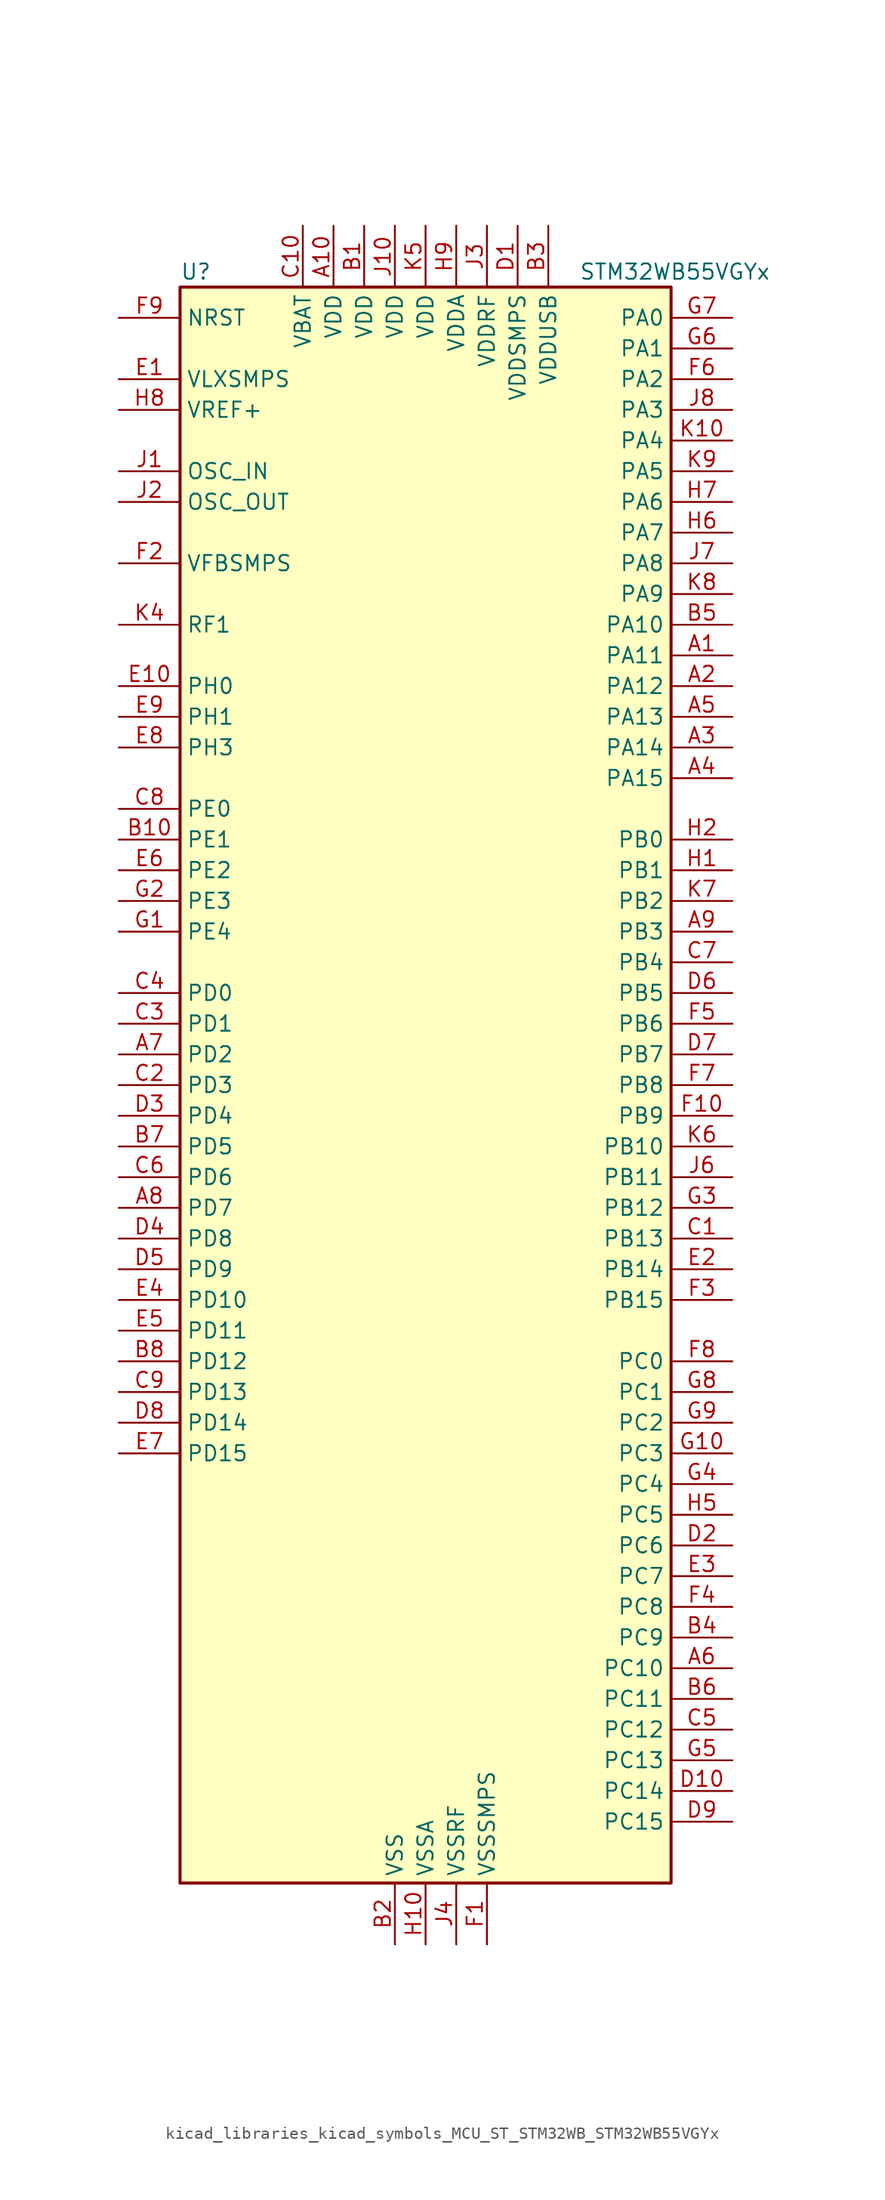
<source format=kicad_sym>
(kicad_symbol_lib
  (version 20220914)
  (generator kicad_symbol_editor)
  (symbol "kicad_libraries_kicad_symbols_MCU_ST_STM32WB_STM32WB55VGYx"
    (property "Reference" "U"
      (at -20.32 67.31 0)
      (effects (font (size 1.27 1.27)) (justify left)))
    (property "Value" "STM32WB55VGYx"
      (at 12.7 67.31 0)
      (effects (font (size 1.27 1.27)) (justify left)))
    (property "ki_locked" ""
      (at 0 0 0)
      (effects (font (size 1.27 1.27))))
    (symbol "kicad_libraries_kicad_symbols_MCU_ST_STM32WB_STM32WB55VGYx_0_1"
      (rectangle (start -20.32 -66.04) (end 20.32 66.04) (stroke (width 0.254) (type default)) (fill (type background))))
    (symbol "kicad_libraries_kicad_symbols_MCU_ST_STM32WB_STM32WB55VGYx_1_1"
      (pin bidirectional line (at 25.4 35.56 180) (length 5.08) (name "PA11" (effects (font (size 1.27 1.27)))) (number "A1" (effects (font (size 1.27 1.27)))) (alternate "ADC1_EXTI11" bidirectional line) (alternate "SPI1_MISO" bidirectional line) (alternate "TIM1_BKIN2" bidirectional line) (alternate "TIM1_CH4" bidirectional line) (alternate "USART1_CTS" bidirectional line) (alternate "USART1_NSS" bidirectional line) (alternate "USB_DM" bidirectional line))
      (pin power_in line (at -7.62 71.12 270) (length 5.08) (name "VDD" (effects (font (size 1.27 1.27)))) (number "A10" (effects (font (size 1.27 1.27)))))
      (pin bidirectional line (at 25.4 33.02 180) (length 5.08) (name "PA12" (effects (font (size 1.27 1.27)))) (number "A2" (effects (font (size 1.27 1.27)))) (alternate "LPUART1_RX" bidirectional line) (alternate "SPI1_MOSI" bidirectional line) (alternate "TIM1_ETR" bidirectional line) (alternate "USART1_DE" bidirectional line) (alternate "USART1_RTS" bidirectional line) (alternate "USB_DP" bidirectional line))
      (pin bidirectional line (at 25.4 27.94 180) (length 5.08) (name "PA14" (effects (font (size 1.27 1.27)))) (number "A3" (effects (font (size 1.27 1.27)))) (alternate "I2C1_SMBA" bidirectional line) (alternate "LCD_SEG5" bidirectional line) (alternate "LPTIM1_OUT" bidirectional line) (alternate "SAI1_FS_B" bidirectional line) (alternate "SYS_JTCK-SWCLK" bidirectional line))
      (pin bidirectional line (at 25.4 25.4 180) (length 5.08) (name "PA15" (effects (font (size 1.27 1.27)))) (number "A4" (effects (font (size 1.27 1.27)))) (alternate "ADC1_EXTI15" bidirectional line) (alternate "LCD_SEG17" bidirectional line) (alternate "RCC_MCO" bidirectional line) (alternate "SPI1_NSS" bidirectional line) (alternate "SYS_JTDI" bidirectional line) (alternate "TIM2_CH1" bidirectional line) (alternate "TIM2_ETR" bidirectional line) (alternate "TSC_G3_IO1" bidirectional line))
      (pin bidirectional line (at 25.4 30.48 180) (length 5.08) (name "PA13" (effects (font (size 1.27 1.27)))) (number "A5" (effects (font (size 1.27 1.27)))) (alternate "IR_OUT" bidirectional line) (alternate "SAI1_SD_B" bidirectional line) (alternate "SYS_JTMS-SWDIO" bidirectional line) (alternate "USB_NOE" bidirectional line))
      (pin bidirectional line (at 25.4 -48.26 180) (length 5.08) (name "PC10" (effects (font (size 1.27 1.27)))) (number "A6" (effects (font (size 1.27 1.27)))) (alternate "LCD_COM4" bidirectional line) (alternate "LCD_SEG28" bidirectional line) (alternate "LCD_SEG40" bidirectional line) (alternate "SYS_TRACED1" bidirectional line) (alternate "TSC_G3_IO2" bidirectional line))
      (pin bidirectional line (at -25.4 2.54 0) (length 5.08) (name "PD2" (effects (font (size 1.27 1.27)))) (number "A7" (effects (font (size 1.27 1.27)))) (alternate "LCD_COM7" bidirectional line) (alternate "LCD_SEG31" bidirectional line) (alternate "LCD_SEG43" bidirectional line) (alternate "SYS_TRACED2" bidirectional line) (alternate "TSC_SYNC" bidirectional line))
      (pin bidirectional line (at -25.4 -10.16 0) (length 5.08) (name "PD7" (effects (font (size 1.27 1.27)))) (number "A8" (effects (font (size 1.27 1.27)))) (alternate "LCD_SEG39" bidirectional line) (alternate "QUADSPI_BK1_IO3" bidirectional line) (alternate "TSC_G5_IO4" bidirectional line))
      (pin bidirectional line (at 25.4 12.7 180) (length 5.08) (name "PB3" (effects (font (size 1.27 1.27)))) (number "A9" (effects (font (size 1.27 1.27)))) (alternate "COMP2_INM" bidirectional line) (alternate "LCD_SEG7" bidirectional line) (alternate "SAI1_SCK_B" bidirectional line) (alternate "SPI1_SCK" bidirectional line) (alternate "SYS_JTDO-SWO" bidirectional line) (alternate "TIM2_CH2" bidirectional line) (alternate "USART1_DE" bidirectional line) (alternate "USART1_RTS" bidirectional line))
      (pin power_in line (at -5.08 71.12 270) (length 5.08) (name "VDD" (effects (font (size 1.27 1.27)))) (number "B1" (effects (font (size 1.27 1.27)))))
      (pin bidirectional line (at -25.4 20.32 0) (length 5.08) (name "PE1" (effects (font (size 1.27 1.27)))) (number "B10" (effects (font (size 1.27 1.27)))) (alternate "LCD_SEG37" bidirectional line) (alternate "TIM17_CH1" bidirectional line) (alternate "TSC_G7_IO2" bidirectional line))
      (pin power_in line (at -2.54 -71.12 90) (length 5.08) (name "VSS" (effects (font (size 1.27 1.27)))) (number "B2" (effects (font (size 1.27 1.27)))))
      (pin power_in line (at 10.16 71.12 270) (length 5.08) (name "VDDUSB" (effects (font (size 1.27 1.27)))) (number "B3" (effects (font (size 1.27 1.27)))))
      (pin bidirectional line (at 25.4 -45.72 180) (length 5.08) (name "PC9" (effects (font (size 1.27 1.27)))) (number "B4" (effects (font (size 1.27 1.27)))) (alternate "LCD_SEG27" bidirectional line) (alternate "SAI1_SCK_B" bidirectional line) (alternate "TIM1_BKIN" bidirectional line) (alternate "TSC_G4_IO4" bidirectional line) (alternate "USB_NOE" bidirectional line))
      (pin bidirectional line (at 25.4 38.1 180) (length 5.08) (name "PA10" (effects (font (size 1.27 1.27)))) (number "B5" (effects (font (size 1.27 1.27)))) (alternate "CRS_SYNC" bidirectional line) (alternate "I2C1_SDA" bidirectional line) (alternate "LCD_COM2" bidirectional line) (alternate "SAI1_D1" bidirectional line) (alternate "SAI1_SD_A" bidirectional line) (alternate "TIM17_BKIN" bidirectional line) (alternate "TIM1_CH3" bidirectional line) (alternate "USART1_RX" bidirectional line))
      (pin bidirectional line (at 25.4 -50.8 180) (length 5.08) (name "PC11" (effects (font (size 1.27 1.27)))) (number "B6" (effects (font (size 1.27 1.27)))) (alternate "ADC1_EXTI11" bidirectional line) (alternate "LCD_COM5" bidirectional line) (alternate "LCD_SEG29" bidirectional line) (alternate "LCD_SEG41" bidirectional line) (alternate "TSC_G3_IO3" bidirectional line))
      (pin bidirectional line (at -25.4 -5.08 0) (length 5.08) (name "PD5" (effects (font (size 1.27 1.27)))) (number "B7" (effects (font (size 1.27 1.27)))) (alternate "QUADSPI_BK1_IO1" bidirectional line) (alternate "SAI1_MCLK_B" bidirectional line) (alternate "TSC_G5_IO2" bidirectional line))
      (pin bidirectional line (at -25.4 -22.86 0) (length 5.08) (name "PD12" (effects (font (size 1.27 1.27)))) (number "B8" (effects (font (size 1.27 1.27)))) (alternate "LCD_SEG32" bidirectional line) (alternate "LPTIM2_IN1" bidirectional line) (alternate "TSC_G6_IO3" bidirectional line))
      (pin passive line (at -2.54 -71.12 90) (length 5.08) hide (name "VSS" (effects (font (size 1.27 1.27)))) (number "B9" (effects (font (size 1.27 1.27)))))
      (pin bidirectional line (at 25.4 -12.7 180) (length 5.08) (name "PB13" (effects (font (size 1.27 1.27)))) (number "C1" (effects (font (size 1.27 1.27)))) (alternate "I2C3_SCL" bidirectional line) (alternate "LCD_SEG13" bidirectional line) (alternate "LPUART1_CTS" bidirectional line) (alternate "SAI1_SCK_A" bidirectional line) (alternate "SPI2_SCK" bidirectional line) (alternate "TIM1_CH1N" bidirectional line) (alternate "TSC_G1_IO2" bidirectional line))
      (pin power_in line (at -10.16 71.12 270) (length 5.08) (name "VBAT" (effects (font (size 1.27 1.27)))) (number "C10" (effects (font (size 1.27 1.27)))))
      (pin bidirectional line (at -25.4 0 0) (length 5.08) (name "PD3" (effects (font (size 1.27 1.27)))) (number "C2" (effects (font (size 1.27 1.27)))) (alternate "QUADSPI_BK1_NCS" bidirectional line) (alternate "SPI2_MISO" bidirectional line) (alternate "SPI2_SCK" bidirectional line))
      (pin bidirectional line (at -25.4 5.08 0) (length 5.08) (name "PD1" (effects (font (size 1.27 1.27)))) (number "C3" (effects (font (size 1.27 1.27)))) (alternate "SPI2_SCK" bidirectional line))
      (pin bidirectional line (at -25.4 7.62 0) (length 5.08) (name "PD0" (effects (font (size 1.27 1.27)))) (number "C4" (effects (font (size 1.27 1.27)))) (alternate "SPI2_NSS" bidirectional line))
      (pin bidirectional line (at 25.4 -53.34 180) (length 5.08) (name "PC12" (effects (font (size 1.27 1.27)))) (number "C5" (effects (font (size 1.27 1.27)))) (alternate "LCD_COM6" bidirectional line) (alternate "LCD_SEG30" bidirectional line) (alternate "LCD_SEG42" bidirectional line) (alternate "RCC_LSCO" bidirectional line) (alternate "RTC_TAMP3" bidirectional line) (alternate "SYS_TRACED3" bidirectional line) (alternate "SYS_WKUP3" bidirectional line) (alternate "TSC_G3_IO4" bidirectional line))
      (pin bidirectional line (at -25.4 -7.62 0) (length 5.08) (name "PD6" (effects (font (size 1.27 1.27)))) (number "C6" (effects (font (size 1.27 1.27)))) (alternate "QUADSPI_BK1_IO2" bidirectional line) (alternate "SAI1_D1" bidirectional line) (alternate "SAI1_SD_A" bidirectional line) (alternate "TSC_G5_IO3" bidirectional line))
      (pin bidirectional line (at 25.4 10.16 180) (length 5.08) (name "PB4" (effects (font (size 1.27 1.27)))) (number "C7" (effects (font (size 1.27 1.27)))) (alternate "COMP2_INP" bidirectional line) (alternate "I2C3_SDA" bidirectional line) (alternate "LCD_SEG8" bidirectional line) (alternate "SAI1_MCLK_B" bidirectional line) (alternate "SPI1_MISO" bidirectional line) (alternate "SYS_JTRST" bidirectional line) (alternate "TIM17_BKIN" bidirectional line) (alternate "TSC_G2_IO1" bidirectional line) (alternate "USART1_CTS" bidirectional line) (alternate "USART1_NSS" bidirectional line))
      (pin bidirectional line (at -25.4 22.86 0) (length 5.08) (name "PE0" (effects (font (size 1.27 1.27)))) (number "C8" (effects (font (size 1.27 1.27)))) (alternate "LCD_SEG36" bidirectional line) (alternate "TIM16_CH1" bidirectional line) (alternate "TIM1_ETR" bidirectional line) (alternate "TSC_G7_IO3" bidirectional line))
      (pin bidirectional line (at -25.4 -25.4 0) (length 5.08) (name "PD13" (effects (font (size 1.27 1.27)))) (number "C9" (effects (font (size 1.27 1.27)))) (alternate "LCD_SEG33" bidirectional line) (alternate "LPTIM2_OUT" bidirectional line) (alternate "TSC_G6_IO4" bidirectional line))
      (pin power_in line (at 7.62 71.12 270) (length 5.08) (name "VDDSMPS" (effects (font (size 1.27 1.27)))) (number "D1" (effects (font (size 1.27 1.27)))))
      (pin bidirectional line (at 25.4 -58.42 180) (length 5.08) (name "PC14" (effects (font (size 1.27 1.27)))) (number "D10" (effects (font (size 1.27 1.27)))) (alternate "RCC_OSC32_IN" bidirectional line))
      (pin bidirectional line (at 25.4 -38.1 180) (length 5.08) (name "PC6" (effects (font (size 1.27 1.27)))) (number "D2" (effects (font (size 1.27 1.27)))) (alternate "LCD_SEG24" bidirectional line) (alternate "TSC_G4_IO1" bidirectional line))
      (pin bidirectional line (at -25.4 -2.54 0) (length 5.08) (name "PD4" (effects (font (size 1.27 1.27)))) (number "D3" (effects (font (size 1.27 1.27)))) (alternate "QUADSPI_BK1_IO0" bidirectional line) (alternate "SPI2_MOSI" bidirectional line) (alternate "TSC_G5_IO1" bidirectional line))
      (pin bidirectional line (at -25.4 -12.7 0) (length 5.08) (name "PD8" (effects (font (size 1.27 1.27)))) (number "D4" (effects (font (size 1.27 1.27)))) (alternate "LCD_SEG28" bidirectional line) (alternate "TIM1_BKIN2" bidirectional line))
      (pin bidirectional line (at -25.4 -15.24 0) (length 5.08) (name "PD9" (effects (font (size 1.27 1.27)))) (number "D5" (effects (font (size 1.27 1.27)))) (alternate "LCD_SEG29" bidirectional line) (alternate "SYS_TRACED0" bidirectional line))
      (pin bidirectional line (at 25.4 7.62 180) (length 5.08) (name "PB5" (effects (font (size 1.27 1.27)))) (number "D6" (effects (font (size 1.27 1.27)))) (alternate "COMP2_OUT" bidirectional line) (alternate "I2C1_SMBA" bidirectional line) (alternate "LCD_SEG9" bidirectional line) (alternate "LPTIM1_IN1" bidirectional line) (alternate "LPUART1_TX" bidirectional line) (alternate "SAI1_SD_B" bidirectional line) (alternate "SPI1_MOSI" bidirectional line) (alternate "TIM16_BKIN" bidirectional line) (alternate "TSC_G2_IO2" bidirectional line) (alternate "USART1_CK" bidirectional line))
      (pin bidirectional line (at 25.4 2.54 180) (length 5.08) (name "PB7" (effects (font (size 1.27 1.27)))) (number "D7" (effects (font (size 1.27 1.27)))) (alternate "COMP2_INM" bidirectional line) (alternate "I2C1_SDA" bidirectional line) (alternate "LCD_SEG21" bidirectional line) (alternate "LPTIM1_IN2" bidirectional line) (alternate "SYS_PVD_IN" bidirectional line) (alternate "TIM17_CH1N" bidirectional line) (alternate "TIM1_BKIN" bidirectional line) (alternate "TSC_G2_IO4" bidirectional line) (alternate "USART1_RX" bidirectional line))
      (pin bidirectional line (at -25.4 -27.94 0) (length 5.08) (name "PD14" (effects (font (size 1.27 1.27)))) (number "D8" (effects (font (size 1.27 1.27)))) (alternate "LCD_SEG34" bidirectional line) (alternate "TIM1_CH1" bidirectional line))
      (pin bidirectional line (at 25.4 -60.96 180) (length 5.08) (name "PC15" (effects (font (size 1.27 1.27)))) (number "D9" (effects (font (size 1.27 1.27)))) (alternate "ADC1_EXTI15" bidirectional line) (alternate "RCC_OSC32_OUT" bidirectional line))
      (pin power_in line (at -25.4 58.42 0) (length 5.08) (name "VLXSMPS" (effects (font (size 1.27 1.27)))) (number "E1" (effects (font (size 1.27 1.27)))))
      (pin bidirectional line (at -25.4 33.02 0) (length 5.08) (name "PH0" (effects (font (size 1.27 1.27)))) (number "E10" (effects (font (size 1.27 1.27)))))
      (pin bidirectional line (at 25.4 -15.24 180) (length 5.08) (name "PB14" (effects (font (size 1.27 1.27)))) (number "E2" (effects (font (size 1.27 1.27)))) (alternate "I2C3_SDA" bidirectional line) (alternate "LCD_SEG14" bidirectional line) (alternate "SAI1_MCLK_A" bidirectional line) (alternate "SPI2_MISO" bidirectional line) (alternate "TIM1_CH2N" bidirectional line) (alternate "TSC_G1_IO3" bidirectional line))
      (pin bidirectional line (at 25.4 -40.64 180) (length 5.08) (name "PC7" (effects (font (size 1.27 1.27)))) (number "E3" (effects (font (size 1.27 1.27)))) (alternate "LCD_SEG25" bidirectional line) (alternate "TSC_G4_IO2" bidirectional line))
      (pin bidirectional line (at -25.4 -17.78 0) (length 5.08) (name "PD10" (effects (font (size 1.27 1.27)))) (number "E4" (effects (font (size 1.27 1.27)))) (alternate "LCD_SEG30" bidirectional line) (alternate "SYS_TRIG_INOUT" bidirectional line) (alternate "TSC_G6_IO1" bidirectional line))
      (pin bidirectional line (at -25.4 -20.32 0) (length 5.08) (name "PD11" (effects (font (size 1.27 1.27)))) (number "E5" (effects (font (size 1.27 1.27)))) (alternate "ADC1_EXTI11" bidirectional line) (alternate "LCD_SEG31" bidirectional line) (alternate "LPTIM2_ETR" bidirectional line) (alternate "TSC_G6_IO2" bidirectional line))
      (pin bidirectional line (at -25.4 17.78 0) (length 5.08) (name "PE2" (effects (font (size 1.27 1.27)))) (number "E6" (effects (font (size 1.27 1.27)))) (alternate "LCD_SEG38" bidirectional line) (alternate "SAI1_CK1" bidirectional line) (alternate "SAI1_MCLK_A" bidirectional line) (alternate "SYS_TRACECLK" bidirectional line) (alternate "TSC_G7_IO1" bidirectional line))
      (pin bidirectional line (at -25.4 -30.48 0) (length 5.08) (name "PD15" (effects (font (size 1.27 1.27)))) (number "E7" (effects (font (size 1.27 1.27)))) (alternate "ADC1_EXTI15" bidirectional line) (alternate "LCD_SEG35" bidirectional line) (alternate "TIM1_CH2" bidirectional line))
      (pin bidirectional line (at -25.4 27.94 0) (length 5.08) (name "PH3" (effects (font (size 1.27 1.27)))) (number "E8" (effects (font (size 1.27 1.27)))) (alternate "RCC_LSCO" bidirectional line))
      (pin bidirectional line (at -25.4 30.48 0) (length 5.08) (name "PH1" (effects (font (size 1.27 1.27)))) (number "E9" (effects (font (size 1.27 1.27)))))
      (pin power_in line (at 5.08 -71.12 90) (length 5.08) (name "VSSSMPS" (effects (font (size 1.27 1.27)))) (number "F1" (effects (font (size 1.27 1.27)))))
      (pin bidirectional line (at 25.4 -2.54 180) (length 5.08) (name "PB9" (effects (font (size 1.27 1.27)))) (number "F10" (effects (font (size 1.27 1.27)))) (alternate "I2C1_SDA" bidirectional line) (alternate "IR_OUT" bidirectional line) (alternate "LCD_COM3" bidirectional line) (alternate "QUADSPI_BK1_IO0" bidirectional line) (alternate "SAI1_D2" bidirectional line) (alternate "SAI1_FS_A" bidirectional line) (alternate "SPI2_NSS" bidirectional line) (alternate "TIM17_CH1" bidirectional line) (alternate "TIM1_CH3N" bidirectional line) (alternate "TSC_G7_IO4" bidirectional line))
      (pin input line (at -25.4 43.18 0) (length 5.08) (name "VFBSMPS" (effects (font (size 1.27 1.27)))) (number "F2" (effects (font (size 1.27 1.27)))))
      (pin bidirectional line (at 25.4 -17.78 180) (length 5.08) (name "PB15" (effects (font (size 1.27 1.27)))) (number "F3" (effects (font (size 1.27 1.27)))) (alternate "ADC1_EXTI15" bidirectional line) (alternate "LCD_SEG15" bidirectional line) (alternate "RTC_REFIN" bidirectional line) (alternate "SAI1_SD_A" bidirectional line) (alternate "SPI2_MOSI" bidirectional line) (alternate "TIM1_CH3N" bidirectional line) (alternate "TSC_G1_IO4" bidirectional line))
      (pin bidirectional line (at 25.4 -43.18 180) (length 5.08) (name "PC8" (effects (font (size 1.27 1.27)))) (number "F4" (effects (font (size 1.27 1.27)))) (alternate "LCD_SEG26" bidirectional line) (alternate "TSC_G4_IO3" bidirectional line))
      (pin bidirectional line (at 25.4 5.08 180) (length 5.08) (name "PB6" (effects (font (size 1.27 1.27)))) (number "F5" (effects (font (size 1.27 1.27)))) (alternate "COMP2_INP" bidirectional line) (alternate "I2C1_SCL" bidirectional line) (alternate "LCD_SEG6" bidirectional line) (alternate "LPTIM1_ETR" bidirectional line) (alternate "RCC_MCO" bidirectional line) (alternate "SAI1_FS_B" bidirectional line) (alternate "TIM16_CH1N" bidirectional line) (alternate "TSC_G2_IO3" bidirectional line) (alternate "USART1_TX" bidirectional line))
      (pin bidirectional line (at 25.4 58.42 180) (length 5.08) (name "PA2" (effects (font (size 1.27 1.27)))) (number "F6" (effects (font (size 1.27 1.27)))) (alternate "ADC1_IN7" bidirectional line) (alternate "COMP2_INM" bidirectional line) (alternate "COMP2_OUT" bidirectional line) (alternate "LCD_SEG1" bidirectional line) (alternate "LPUART1_TX" bidirectional line) (alternate "QUADSPI_BK1_NCS" bidirectional line) (alternate "RCC_LSCO" bidirectional line) (alternate "SYS_WKUP4" bidirectional line) (alternate "TIM2_CH3" bidirectional line))
      (pin bidirectional line (at 25.4 0 180) (length 5.08) (name "PB8" (effects (font (size 1.27 1.27)))) (number "F7" (effects (font (size 1.27 1.27)))) (alternate "I2C1_SCL" bidirectional line) (alternate "LCD_SEG16" bidirectional line) (alternate "QUADSPI_BK1_IO1" bidirectional line) (alternate "SAI1_CK1" bidirectional line) (alternate "SAI1_MCLK_A" bidirectional line) (alternate "TIM16_CH1" bidirectional line) (alternate "TIM1_CH2N" bidirectional line))
      (pin bidirectional line (at 25.4 -22.86 180) (length 5.08) (name "PC0" (effects (font (size 1.27 1.27)))) (number "F8" (effects (font (size 1.27 1.27)))) (alternate "ADC1_IN1" bidirectional line) (alternate "I2C3_SCL" bidirectional line) (alternate "LCD_SEG18" bidirectional line) (alternate "LPTIM1_IN1" bidirectional line) (alternate "LPTIM2_IN1" bidirectional line) (alternate "LPUART1_RX" bidirectional line))
      (pin input line (at -25.4 63.5 0) (length 5.08) (name "NRST" (effects (font (size 1.27 1.27)))) (number "F9" (effects (font (size 1.27 1.27)))))
      (pin bidirectional line (at -25.4 12.7 0) (length 5.08) (name "PE4" (effects (font (size 1.27 1.27)))) (number "G1" (effects (font (size 1.27 1.27)))))
      (pin bidirectional line (at 25.4 -30.48 180) (length 5.08) (name "PC3" (effects (font (size 1.27 1.27)))) (number "G10" (effects (font (size 1.27 1.27)))) (alternate "ADC1_IN4" bidirectional line) (alternate "LCD_VLCD" bidirectional line) (alternate "LPTIM1_ETR" bidirectional line) (alternate "LPTIM2_ETR" bidirectional line) (alternate "SAI1_D1" bidirectional line) (alternate "SAI1_SD_A" bidirectional line) (alternate "SPI2_MOSI" bidirectional line))
      (pin bidirectional line (at -25.4 15.24 0) (length 5.08) (name "PE3" (effects (font (size 1.27 1.27)))) (number "G2" (effects (font (size 1.27 1.27)))))
      (pin bidirectional line (at 25.4 -10.16 180) (length 5.08) (name "PB12" (effects (font (size 1.27 1.27)))) (number "G3" (effects (font (size 1.27 1.27)))) (alternate "I2C3_SMBA" bidirectional line) (alternate "LCD_SEG12" bidirectional line) (alternate "LPUART1_DE" bidirectional line) (alternate "LPUART1_RTS" bidirectional line) (alternate "SAI1_FS_A" bidirectional line) (alternate "SPI2_NSS" bidirectional line) (alternate "TIM1_BKIN" bidirectional line) (alternate "TSC_G1_IO1" bidirectional line))
      (pin bidirectional line (at 25.4 -33.02 180) (length 5.08) (name "PC4" (effects (font (size 1.27 1.27)))) (number "G4" (effects (font (size 1.27 1.27)))) (alternate "ADC1_IN13" bidirectional line) (alternate "COMP1_INM" bidirectional line) (alternate "LCD_SEG22" bidirectional line))
      (pin bidirectional line (at 25.4 -55.88 180) (length 5.08) (name "PC13" (effects (font (size 1.27 1.27)))) (number "G5" (effects (font (size 1.27 1.27)))) (alternate "RTC_OUT1" bidirectional line) (alternate "RTC_TAMP1" bidirectional line) (alternate "RTC_TS" bidirectional line) (alternate "SYS_WKUP2" bidirectional line))
      (pin bidirectional line (at 25.4 60.96 180) (length 5.08) (name "PA1" (effects (font (size 1.27 1.27)))) (number "G6" (effects (font (size 1.27 1.27)))) (alternate "ADC1_IN6" bidirectional line) (alternate "COMP1_INP" bidirectional line) (alternate "I2C1_SMBA" bidirectional line) (alternate "LCD_SEG0" bidirectional line) (alternate "SPI1_SCK" bidirectional line) (alternate "TIM2_CH2" bidirectional line))
      (pin bidirectional line (at 25.4 63.5 180) (length 5.08) (name "PA0" (effects (font (size 1.27 1.27)))) (number "G7" (effects (font (size 1.27 1.27)))) (alternate "ADC1_IN5" bidirectional line) (alternate "COMP1_INM" bidirectional line) (alternate "COMP1_OUT" bidirectional line) (alternate "RTC_TAMP2" bidirectional line) (alternate "SAI1_EXTCLK" bidirectional line) (alternate "SYS_WKUP1" bidirectional line) (alternate "TIM2_CH1" bidirectional line) (alternate "TIM2_ETR" bidirectional line))
      (pin bidirectional line (at 25.4 -25.4 180) (length 5.08) (name "PC1" (effects (font (size 1.27 1.27)))) (number "G8" (effects (font (size 1.27 1.27)))) (alternate "ADC1_IN2" bidirectional line) (alternate "I2C3_SDA" bidirectional line) (alternate "LCD_SEG19" bidirectional line) (alternate "LPTIM1_OUT" bidirectional line) (alternate "LPUART1_TX" bidirectional line) (alternate "SPI2_MOSI" bidirectional line))
      (pin bidirectional line (at 25.4 -27.94 180) (length 5.08) (name "PC2" (effects (font (size 1.27 1.27)))) (number "G9" (effects (font (size 1.27 1.27)))) (alternate "ADC1_IN3" bidirectional line) (alternate "LCD_SEG20" bidirectional line) (alternate "LPTIM1_IN2" bidirectional line) (alternate "SPI2_MISO" bidirectional line))
      (pin bidirectional line (at 25.4 17.78 180) (length 5.08) (name "PB1" (effects (font (size 1.27 1.27)))) (number "H1" (effects (font (size 1.27 1.27)))) (alternate "LPTIM2_IN1" bidirectional line) (alternate "LPUART1_DE" bidirectional line) (alternate "LPUART1_RTS" bidirectional line))
      (pin power_in line (at 0 -71.12 90) (length 5.08) (name "VSSA" (effects (font (size 1.27 1.27)))) (number "H10" (effects (font (size 1.27 1.27)))))
      (pin bidirectional line (at 25.4 20.32 180) (length 5.08) (name "PB0" (effects (font (size 1.27 1.27)))) (number "H2" (effects (font (size 1.27 1.27)))) (alternate "COMP1_OUT" bidirectional line) (alternate "RF_TX_MOD_EXT_PA" bidirectional line))
      (pin no_connect line (at -20.32 -66.04 0) (length 5.08) hide (name "AT0" (effects (font (size 1.27 1.27)))) (number "H3" (effects (font (size 1.27 1.27)))))
      (pin no_connect line (at -20.32 -63.5 0) (length 5.08) hide (name "AT1" (effects (font (size 1.27 1.27)))) (number "H4" (effects (font (size 1.27 1.27)))))
      (pin bidirectional line (at 25.4 -35.56 180) (length 5.08) (name "PC5" (effects (font (size 1.27 1.27)))) (number "H5" (effects (font (size 1.27 1.27)))) (alternate "ADC1_IN14" bidirectional line) (alternate "COMP1_INP" bidirectional line) (alternate "LCD_SEG23" bidirectional line) (alternate "SAI1_D3" bidirectional line) (alternate "SYS_WKUP5" bidirectional line))
      (pin bidirectional line (at 25.4 45.72 180) (length 5.08) (name "PA7" (effects (font (size 1.27 1.27)))) (number "H6" (effects (font (size 1.27 1.27)))) (alternate "ADC1_IN12" bidirectional line) (alternate "COMP2_OUT" bidirectional line) (alternate "I2C3_SCL" bidirectional line) (alternate "LCD_SEG4" bidirectional line) (alternate "QUADSPI_BK1_IO2" bidirectional line) (alternate "SPI1_MOSI" bidirectional line) (alternate "TIM17_CH1" bidirectional line) (alternate "TIM1_CH1N" bidirectional line))
      (pin bidirectional line (at 25.4 48.26 180) (length 5.08) (name "PA6" (effects (font (size 1.27 1.27)))) (number "H7" (effects (font (size 1.27 1.27)))) (alternate "ADC1_IN11" bidirectional line) (alternate "LCD_SEG3" bidirectional line) (alternate "LPUART1_CTS" bidirectional line) (alternate "QUADSPI_BK1_IO3" bidirectional line) (alternate "SPI1_MISO" bidirectional line) (alternate "TIM16_CH1" bidirectional line) (alternate "TIM1_BKIN" bidirectional line))
      (pin input line (at -25.4 55.88 0) (length 5.08) (name "VREF+" (effects (font (size 1.27 1.27)))) (number "H8" (effects (font (size 1.27 1.27)))) (alternate "VREFBUF_OUT" bidirectional line))
      (pin power_in line (at 2.54 71.12 270) (length 5.08) (name "VDDA" (effects (font (size 1.27 1.27)))) (number "H9" (effects (font (size 1.27 1.27)))))
      (pin input line (at -25.4 50.8 0) (length 5.08) (name "OSC_IN" (effects (font (size 1.27 1.27)))) (number "J1" (effects (font (size 1.27 1.27)))) (alternate "RCC_OSC_IN" bidirectional line))
      (pin power_in line (at -2.54 71.12 270) (length 5.08) (name "VDD" (effects (font (size 1.27 1.27)))) (number "J10" (effects (font (size 1.27 1.27)))))
      (pin input line (at -25.4 48.26 0) (length 5.08) (name "OSC_OUT" (effects (font (size 1.27 1.27)))) (number "J2" (effects (font (size 1.27 1.27)))) (alternate "RCC_OSC_OUT" bidirectional line))
      (pin power_in line (at 5.08 71.12 270) (length 5.08) (name "VDDRF" (effects (font (size 1.27 1.27)))) (number "J3" (effects (font (size 1.27 1.27)))))
      (pin power_in line (at 2.54 -71.12 90) (length 5.08) (name "VSSRF" (effects (font (size 1.27 1.27)))) (number "J4" (effects (font (size 1.27 1.27)))))
      (pin passive line (at -2.54 -71.12 90) (length 5.08) hide (name "VSS" (effects (font (size 1.27 1.27)))) (number "J5" (effects (font (size 1.27 1.27)))))
      (pin bidirectional line (at 25.4 -7.62 180) (length 5.08) (name "PB11" (effects (font (size 1.27 1.27)))) (number "J6" (effects (font (size 1.27 1.27)))) (alternate "ADC1_EXTI11" bidirectional line) (alternate "COMP2_OUT" bidirectional line) (alternate "I2C3_SDA" bidirectional line) (alternate "LCD_SEG11" bidirectional line) (alternate "LPUART1_TX" bidirectional line) (alternate "QUADSPI_BK1_NCS" bidirectional line) (alternate "TIM2_CH4" bidirectional line))
      (pin bidirectional line (at 25.4 43.18 180) (length 5.08) (name "PA8" (effects (font (size 1.27 1.27)))) (number "J7" (effects (font (size 1.27 1.27)))) (alternate "ADC1_IN15" bidirectional line) (alternate "LCD_COM0" bidirectional line) (alternate "LPTIM2_OUT" bidirectional line) (alternate "RCC_MCO" bidirectional line) (alternate "SAI1_CK2" bidirectional line) (alternate "SAI1_SCK_A" bidirectional line) (alternate "TIM1_CH1" bidirectional line) (alternate "USART1_CK" bidirectional line))
      (pin bidirectional line (at 25.4 55.88 180) (length 5.08) (name "PA3" (effects (font (size 1.27 1.27)))) (number "J8" (effects (font (size 1.27 1.27)))) (alternate "ADC1_IN8" bidirectional line) (alternate "COMP2_INP" bidirectional line) (alternate "LCD_SEG2" bidirectional line) (alternate "LPUART1_RX" bidirectional line) (alternate "QUADSPI_CLK" bidirectional line) (alternate "SAI1_CK1" bidirectional line) (alternate "SAI1_MCLK_A" bidirectional line) (alternate "TIM2_CH4" bidirectional line))
      (pin passive line (at -2.54 -71.12 90) (length 5.08) hide (name "VSS" (effects (font (size 1.27 1.27)))) (number "J9" (effects (font (size 1.27 1.27)))))
      (pin passive line (at 2.54 -71.12 90) (length 5.08) hide (name "VSSRF" (effects (font (size 1.27 1.27)))) (number "K1" (effects (font (size 1.27 1.27)))))
      (pin bidirectional line (at 25.4 53.34 180) (length 5.08) (name "PA4" (effects (font (size 1.27 1.27)))) (number "K10" (effects (font (size 1.27 1.27)))) (alternate "ADC1_IN9" bidirectional line) (alternate "COMP1_INM" bidirectional line) (alternate "COMP2_INM" bidirectional line) (alternate "LCD_SEG5" bidirectional line) (alternate "LPTIM2_OUT" bidirectional line) (alternate "SAI1_FS_B" bidirectional line) (alternate "SPI1_NSS" bidirectional line))
      (pin passive line (at 2.54 -71.12 90) (length 5.08) hide (name "VSSRF" (effects (font (size 1.27 1.27)))) (number "K2" (effects (font (size 1.27 1.27)))))
      (pin passive line (at 2.54 -71.12 90) (length 5.08) hide (name "VSSRF" (effects (font (size 1.27 1.27)))) (number "K3" (effects (font (size 1.27 1.27)))))
      (pin bidirectional line (at -25.4 38.1 0) (length 5.08) (name "RF1" (effects (font (size 1.27 1.27)))) (number "K4" (effects (font (size 1.27 1.27)))) (alternate "RF_RF1" bidirectional line))
      (pin power_in line (at 0 71.12 270) (length 5.08) (name "VDD" (effects (font (size 1.27 1.27)))) (number "K5" (effects (font (size 1.27 1.27)))))
      (pin bidirectional line (at 25.4 -5.08 180) (length 5.08) (name "PB10" (effects (font (size 1.27 1.27)))) (number "K6" (effects (font (size 1.27 1.27)))) (alternate "COMP1_OUT" bidirectional line) (alternate "I2C3_SCL" bidirectional line) (alternate "LCD_SEG10" bidirectional line) (alternate "LPUART1_RX" bidirectional line) (alternate "QUADSPI_CLK" bidirectional line) (alternate "SAI1_SCK_A" bidirectional line) (alternate "SPI2_SCK" bidirectional line) (alternate "TIM2_CH3" bidirectional line) (alternate "TSC_SYNC" bidirectional line))
      (pin bidirectional line (at 25.4 15.24 180) (length 5.08) (name "PB2" (effects (font (size 1.27 1.27)))) (number "K7" (effects (font (size 1.27 1.27)))) (alternate "COMP1_INP" bidirectional line) (alternate "I2C3_SMBA" bidirectional line) (alternate "LCD_VLCD" bidirectional line) (alternate "LPTIM1_OUT" bidirectional line) (alternate "RTC_OUT2" bidirectional line) (alternate "SAI1_EXTCLK" bidirectional line) (alternate "SPI1_NSS" bidirectional line))
      (pin bidirectional line (at 25.4 40.64 180) (length 5.08) (name "PA9" (effects (font (size 1.27 1.27)))) (number "K8" (effects (font (size 1.27 1.27)))) (alternate "ADC1_IN16" bidirectional line) (alternate "COMP1_INM" bidirectional line) (alternate "I2C1_SCL" bidirectional line) (alternate "LCD_COM1" bidirectional line) (alternate "SAI1_D2" bidirectional line) (alternate "SAI1_FS_A" bidirectional line) (alternate "SPI2_SCK" bidirectional line) (alternate "TIM1_CH2" bidirectional line) (alternate "USART1_TX" bidirectional line))
      (pin bidirectional line (at 25.4 50.8 180) (length 5.08) (name "PA5" (effects (font (size 1.27 1.27)))) (number "K9" (effects (font (size 1.27 1.27)))) (alternate "ADC1_IN10" bidirectional line) (alternate "COMP1_INM" bidirectional line) (alternate "COMP2_INM" bidirectional line) (alternate "LPTIM2_ETR" bidirectional line) (alternate "SAI1_SD_B" bidirectional line) (alternate "SPI1_SCK" bidirectional line) (alternate "TIM2_CH1" bidirectional line) (alternate "TIM2_ETR" bidirectional line)))))
</source>
